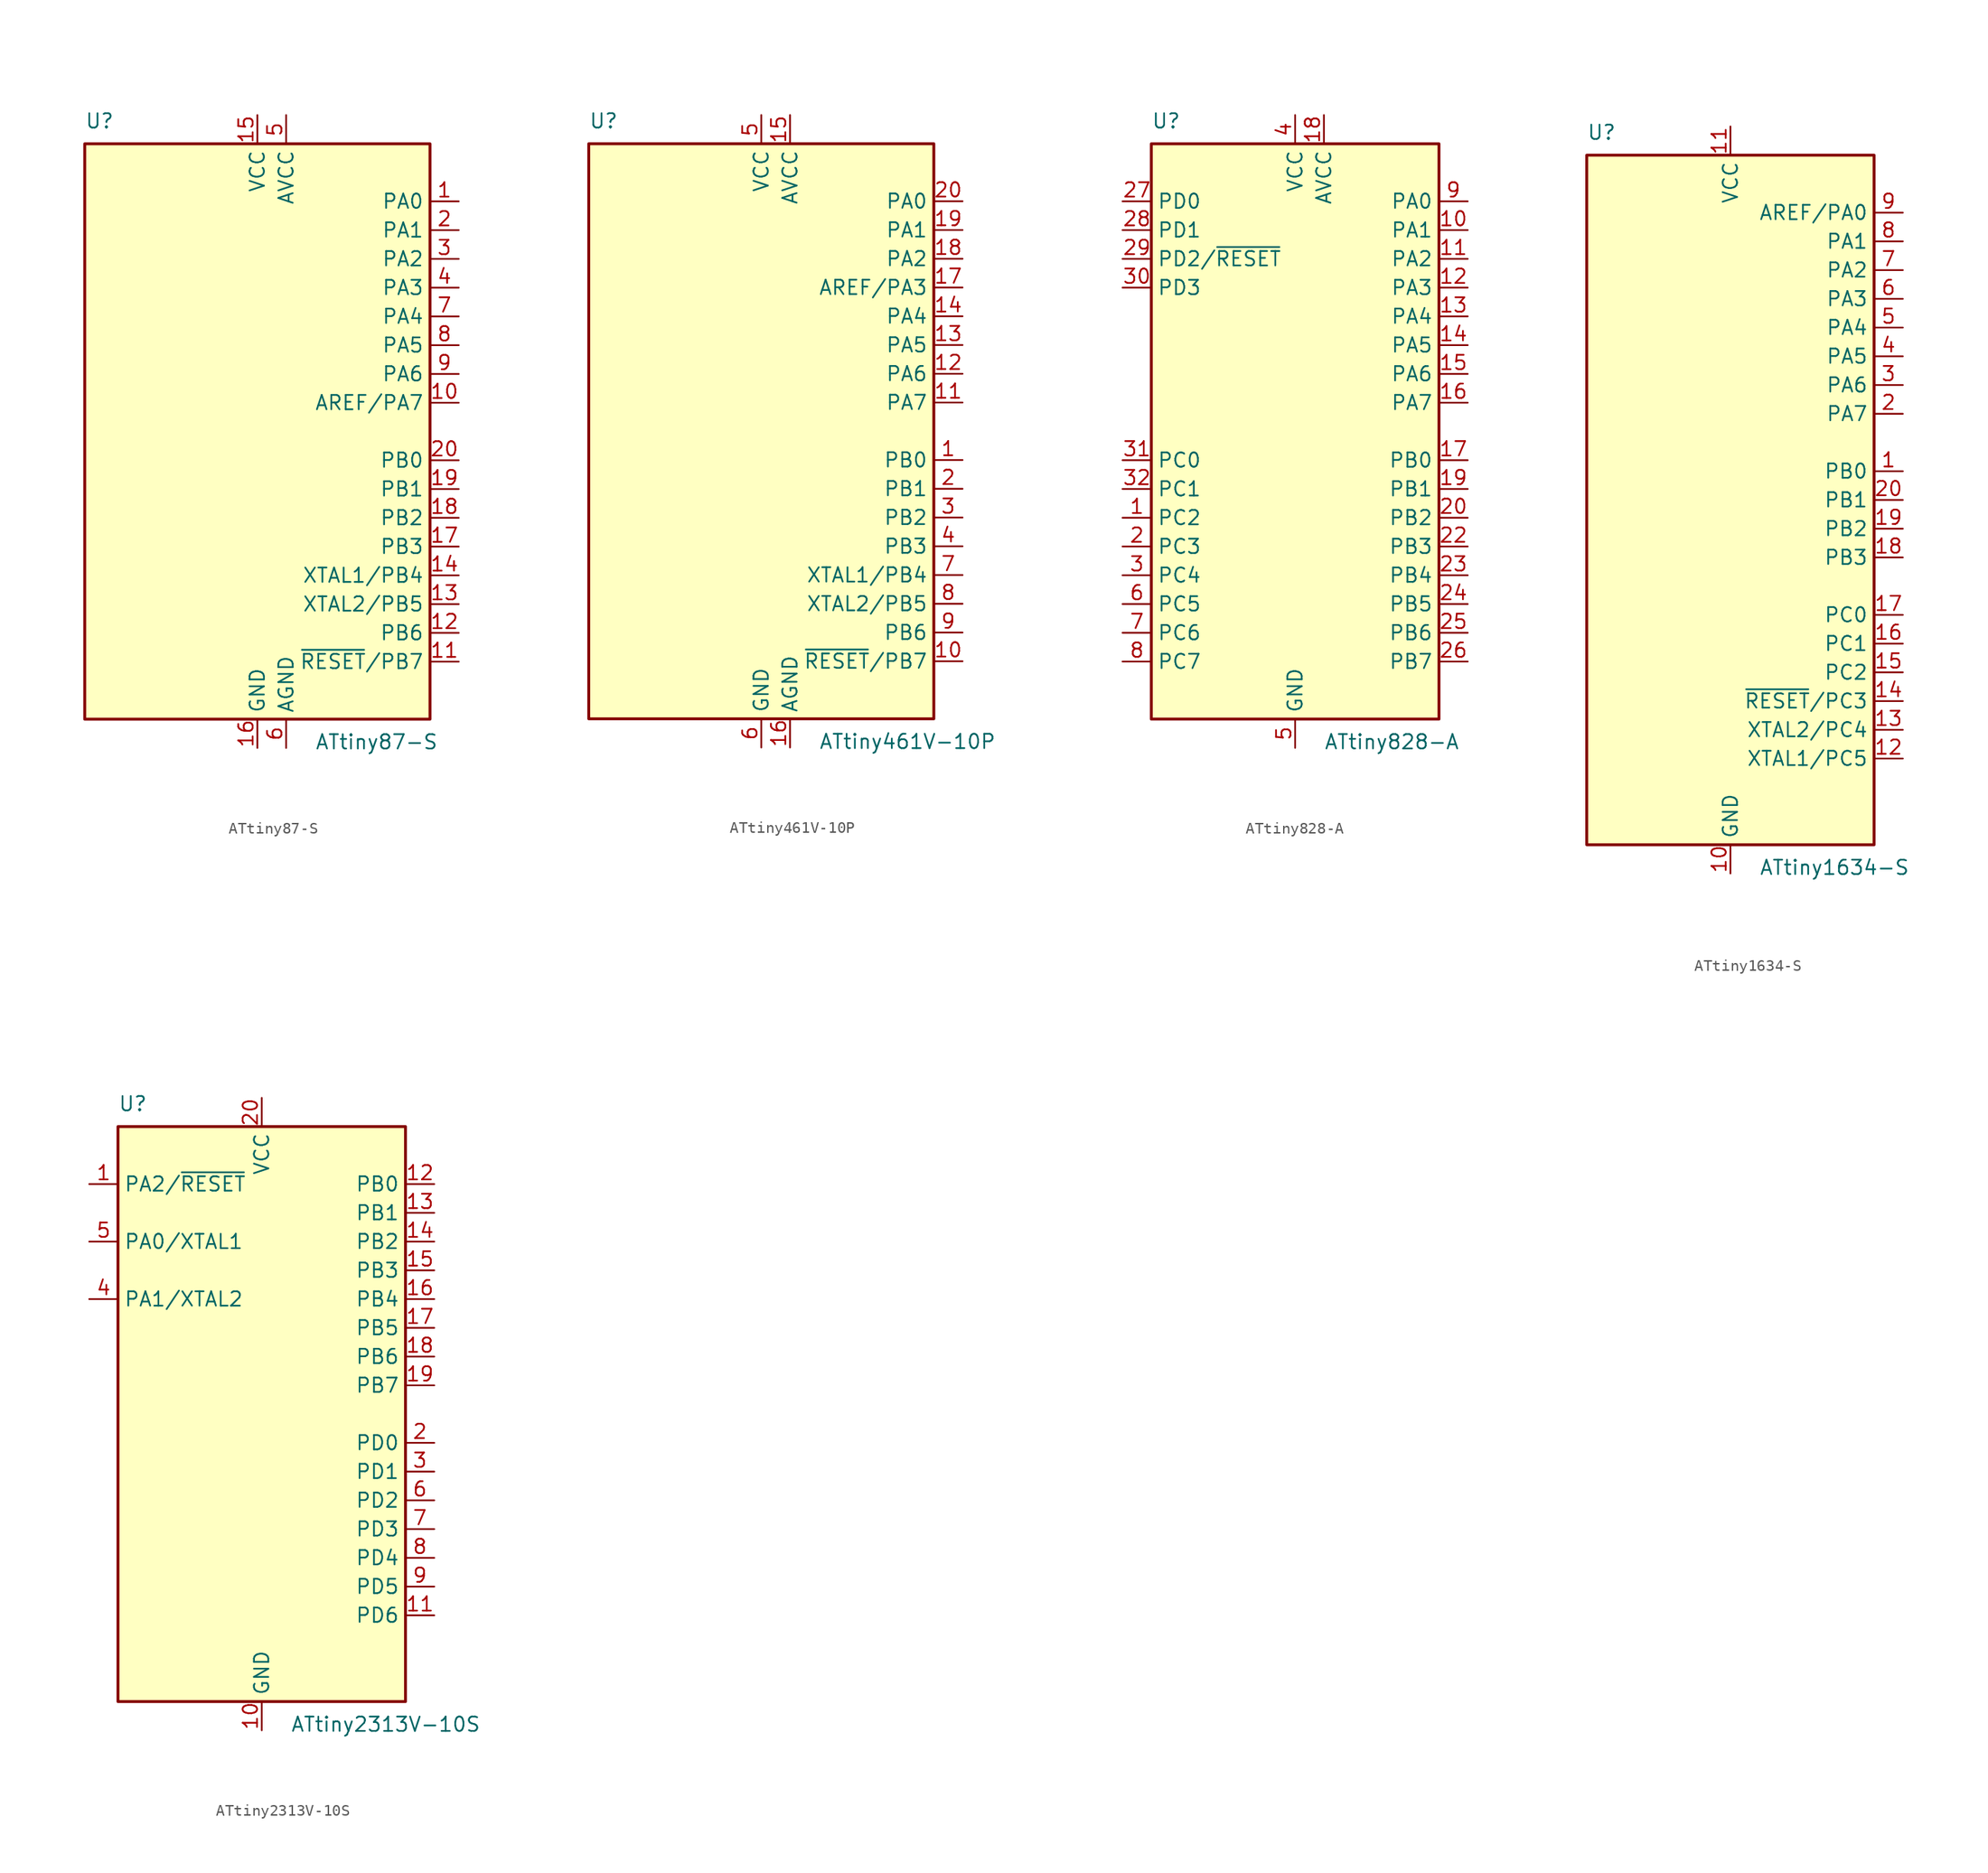
<source format=kicad_sym>
(kicad_symbol_lib
  (version 20241209)
  (generator "kicad_symbol_editor")
  (generator_version "9.0")
  (symbol "ATtiny87-S"
    (property "Reference" "U"
      (at -15.24 26.67 0)
      (effects (font (size 1.27 1.27)) (justify left bottom)))
    (property "Value" "ATtiny87-S"
      (at 5.08 -26.67 0)
      (effects (font (size 1.27 1.27)) (justify left top)))
    (symbol "ATtiny87-S_0_1"
      (rectangle (start -15.24 -25.4) (end 15.24 25.4) (stroke (width 0.254) (type default)) (fill (type background))))
    (symbol "ATtiny87-S_1_1"
      (pin power_in line (at 0 27.94 270) (length 2.54) (name "VCC" (effects (font (size 1.27 1.27)))) (number "15" (effects (font (size 1.27 1.27)))))
      (pin power_in line (at 0 -27.94 90) (length 2.54) (name "GND" (effects (font (size 1.27 1.27)))) (number "16" (effects (font (size 1.27 1.27)))))
      (pin power_in line (at 2.54 27.94 270) (length 2.54) (name "AVCC" (effects (font (size 1.27 1.27)))) (number "5" (effects (font (size 1.27 1.27)))))
      (pin power_in line (at 2.54 -27.94 90) (length 2.54) (name "AGND" (effects (font (size 1.27 1.27)))) (number "6" (effects (font (size 1.27 1.27)))))
      (pin bidirectional line (at 17.78 20.32 180) (length 2.54) (name "PA0" (effects (font (size 1.27 1.27)))) (number "1" (effects (font (size 1.27 1.27)))))
      (pin bidirectional line (at 17.78 17.78 180) (length 2.54) (name "PA1" (effects (font (size 1.27 1.27)))) (number "2" (effects (font (size 1.27 1.27)))))
      (pin bidirectional line (at 17.78 15.24 180) (length 2.54) (name "PA2" (effects (font (size 1.27 1.27)))) (number "3" (effects (font (size 1.27 1.27)))))
      (pin bidirectional line (at 17.78 12.7 180) (length 2.54) (name "PA3" (effects (font (size 1.27 1.27)))) (number "4" (effects (font (size 1.27 1.27)))))
      (pin bidirectional line (at 17.78 10.16 180) (length 2.54) (name "PA4" (effects (font (size 1.27 1.27)))) (number "7" (effects (font (size 1.27 1.27)))))
      (pin bidirectional line (at 17.78 7.62 180) (length 2.54) (name "PA5" (effects (font (size 1.27 1.27)))) (number "8" (effects (font (size 1.27 1.27)))))
      (pin bidirectional line (at 17.78 5.08 180) (length 2.54) (name "PA6" (effects (font (size 1.27 1.27)))) (number "9" (effects (font (size 1.27 1.27)))))
      (pin bidirectional line (at 17.78 2.54 180) (length 2.54) (name "AREF/PA7" (effects (font (size 1.27 1.27)))) (number "10" (effects (font (size 1.27 1.27)))))
      (pin bidirectional line (at 17.78 -2.54 180) (length 2.54) (name "PB0" (effects (font (size 1.27 1.27)))) (number "20" (effects (font (size 1.27 1.27)))))
      (pin bidirectional line (at 17.78 -5.08 180) (length 2.54) (name "PB1" (effects (font (size 1.27 1.27)))) (number "19" (effects (font (size 1.27 1.27)))))
      (pin bidirectional line (at 17.78 -7.62 180) (length 2.54) (name "PB2" (effects (font (size 1.27 1.27)))) (number "18" (effects (font (size 1.27 1.27)))))
      (pin bidirectional line (at 17.78 -10.16 180) (length 2.54) (name "PB3" (effects (font (size 1.27 1.27)))) (number "17" (effects (font (size 1.27 1.27)))))
      (pin bidirectional line (at 17.78 -12.7 180) (length 2.54) (name "XTAL1/PB4" (effects (font (size 1.27 1.27)))) (number "14" (effects (font (size 1.27 1.27)))))
      (pin bidirectional line (at 17.78 -15.24 180) (length 2.54) (name "XTAL2/PB5" (effects (font (size 1.27 1.27)))) (number "13" (effects (font (size 1.27 1.27)))))
      (pin bidirectional line (at 17.78 -17.78 180) (length 2.54) (name "PB6" (effects (font (size 1.27 1.27)))) (number "12" (effects (font (size 1.27 1.27)))))
      (pin bidirectional line (at 17.78 -20.32 180) (length 2.54) (name "~{RESET}/PB7" (effects (font (size 1.27 1.27)))) (number "11" (effects (font (size 1.27 1.27)))))))
  (symbol "ATtiny461V-10P"
    (property "Reference" "U"
      (at -15.24 26.67 0)
      (effects (font (size 1.27 1.27)) (justify left bottom)))
    (property "Value" "ATtiny461V-10P"
      (at 5.08 -26.67 0)
      (effects (font (size 1.27 1.27)) (justify left top)))
    (symbol "ATtiny461V-10P_0_1"
      (rectangle (start -15.24 -25.4) (end 15.24 25.4) (stroke (width 0.254) (type default)) (fill (type background))))
    (symbol "ATtiny461V-10P_1_1"
      (pin power_in line (at 0 27.94 270) (length 2.54) (name "VCC" (effects (font (size 1.27 1.27)))) (number "5" (effects (font (size 1.27 1.27)))))
      (pin power_in line (at 0 -27.94 90) (length 2.54) (name "GND" (effects (font (size 1.27 1.27)))) (number "6" (effects (font (size 1.27 1.27)))))
      (pin power_in line (at 2.54 27.94 270) (length 2.54) (name "AVCC" (effects (font (size 1.27 1.27)))) (number "15" (effects (font (size 1.27 1.27)))))
      (pin power_in line (at 2.54 -27.94 90) (length 2.54) (name "AGND" (effects (font (size 1.27 1.27)))) (number "16" (effects (font (size 1.27 1.27)))))
      (pin bidirectional line (at 17.78 20.32 180) (length 2.54) (name "PA0" (effects (font (size 1.27 1.27)))) (number "20" (effects (font (size 1.27 1.27)))))
      (pin bidirectional line (at 17.78 17.78 180) (length 2.54) (name "PA1" (effects (font (size 1.27 1.27)))) (number "19" (effects (font (size 1.27 1.27)))))
      (pin bidirectional line (at 17.78 15.24 180) (length 2.54) (name "PA2" (effects (font (size 1.27 1.27)))) (number "18" (effects (font (size 1.27 1.27)))))
      (pin bidirectional line (at 17.78 12.7 180) (length 2.54) (name "AREF/PA3" (effects (font (size 1.27 1.27)))) (number "17" (effects (font (size 1.27 1.27)))))
      (pin bidirectional line (at 17.78 10.16 180) (length 2.54) (name "PA4" (effects (font (size 1.27 1.27)))) (number "14" (effects (font (size 1.27 1.27)))))
      (pin bidirectional line (at 17.78 7.62 180) (length 2.54) (name "PA5" (effects (font (size 1.27 1.27)))) (number "13" (effects (font (size 1.27 1.27)))))
      (pin bidirectional line (at 17.78 5.08 180) (length 2.54) (name "PA6" (effects (font (size 1.27 1.27)))) (number "12" (effects (font (size 1.27 1.27)))))
      (pin bidirectional line (at 17.78 2.54 180) (length 2.54) (name "PA7" (effects (font (size 1.27 1.27)))) (number "11" (effects (font (size 1.27 1.27)))))
      (pin bidirectional line (at 17.78 -2.54 180) (length 2.54) (name "PB0" (effects (font (size 1.27 1.27)))) (number "1" (effects (font (size 1.27 1.27)))))
      (pin bidirectional line (at 17.78 -5.08 180) (length 2.54) (name "PB1" (effects (font (size 1.27 1.27)))) (number "2" (effects (font (size 1.27 1.27)))))
      (pin bidirectional line (at 17.78 -7.62 180) (length 2.54) (name "PB2" (effects (font (size 1.27 1.27)))) (number "3" (effects (font (size 1.27 1.27)))))
      (pin bidirectional line (at 17.78 -10.16 180) (length 2.54) (name "PB3" (effects (font (size 1.27 1.27)))) (number "4" (effects (font (size 1.27 1.27)))))
      (pin bidirectional line (at 17.78 -12.7 180) (length 2.54) (name "XTAL1/PB4" (effects (font (size 1.27 1.27)))) (number "7" (effects (font (size 1.27 1.27)))))
      (pin bidirectional line (at 17.78 -15.24 180) (length 2.54) (name "XTAL2/PB5" (effects (font (size 1.27 1.27)))) (number "8" (effects (font (size 1.27 1.27)))))
      (pin bidirectional line (at 17.78 -17.78 180) (length 2.54) (name "PB6" (effects (font (size 1.27 1.27)))) (number "9" (effects (font (size 1.27 1.27)))))
      (pin bidirectional line (at 17.78 -20.32 180) (length 2.54) (name "~{RESET}/PB7" (effects (font (size 1.27 1.27)))) (number "10" (effects (font (size 1.27 1.27)))))))
  (symbol "ATtiny828-A"
    (property "Reference" "U"
      (at -12.7 26.67 0)
      (effects (font (size 1.27 1.27)) (justify left bottom)))
    (property "Value" "ATtiny828-A"
      (at 2.54 -26.67 0)
      (effects (font (size 1.27 1.27)) (justify left top)))
    (symbol "ATtiny828-A_0_1"
      (rectangle (start -12.7 -25.4) (end 12.7 25.4) (stroke (width 0.254) (type default)) (fill (type background))))
    (symbol "ATtiny828-A_1_1"
      (pin bidirectional line (at -15.24 20.32 0) (length 2.54) (name "PD0" (effects (font (size 1.27 1.27)))) (number "27" (effects (font (size 1.27 1.27)))))
      (pin bidirectional line (at -15.24 17.78 0) (length 2.54) (name "PD1" (effects (font (size 1.27 1.27)))) (number "28" (effects (font (size 1.27 1.27)))))
      (pin bidirectional line (at -15.24 15.24 0) (length 2.54) (name "PD2/~{RESET}" (effects (font (size 1.27 1.27)))) (number "29" (effects (font (size 1.27 1.27)))))
      (pin bidirectional line (at -15.24 12.7 0) (length 2.54) (name "PD3" (effects (font (size 1.27 1.27)))) (number "30" (effects (font (size 1.27 1.27)))))
      (pin bidirectional line (at -15.24 -2.54 0) (length 2.54) (name "PC0" (effects (font (size 1.27 1.27)))) (number "31" (effects (font (size 1.27 1.27)))))
      (pin bidirectional line (at -15.24 -5.08 0) (length 2.54) (name "PC1" (effects (font (size 1.27 1.27)))) (number "32" (effects (font (size 1.27 1.27)))))
      (pin bidirectional line (at -15.24 -7.62 0) (length 2.54) (name "PC2" (effects (font (size 1.27 1.27)))) (number "1" (effects (font (size 1.27 1.27)))))
      (pin bidirectional line (at -15.24 -10.16 0) (length 2.54) (name "PC3" (effects (font (size 1.27 1.27)))) (number "2" (effects (font (size 1.27 1.27)))))
      (pin bidirectional line (at -15.24 -12.7 0) (length 2.54) (name "PC4" (effects (font (size 1.27 1.27)))) (number "3" (effects (font (size 1.27 1.27)))))
      (pin bidirectional line (at -15.24 -15.24 0) (length 2.54) (name "PC5" (effects (font (size 1.27 1.27)))) (number "6" (effects (font (size 1.27 1.27)))))
      (pin bidirectional line (at -15.24 -17.78 0) (length 2.54) (name "PC6" (effects (font (size 1.27 1.27)))) (number "7" (effects (font (size 1.27 1.27)))))
      (pin bidirectional line (at -15.24 -20.32 0) (length 2.54) (name "PC7" (effects (font (size 1.27 1.27)))) (number "8" (effects (font (size 1.27 1.27)))))
      (pin power_in line (at 0 27.94 270) (length 2.54) (name "VCC" (effects (font (size 1.27 1.27)))) (number "4" (effects (font (size 1.27 1.27)))))
      (pin passive line (at 0 -27.94 90) (length 2.54) (hide yes) (name "GND" (effects (font (size 1.27 1.27)))) (number "21" (effects (font (size 1.27 1.27)))))
      (pin power_in line (at 0 -27.94 90) (length 2.54) (name "GND" (effects (font (size 1.27 1.27)))) (number "5" (effects (font (size 1.27 1.27)))))
      (pin power_in line (at 2.54 27.94 270) (length 2.54) (name "AVCC" (effects (font (size 1.27 1.27)))) (number "18" (effects (font (size 1.27 1.27)))))
      (pin bidirectional line (at 15.24 20.32 180) (length 2.54) (name "PA0" (effects (font (size 1.27 1.27)))) (number "9" (effects (font (size 1.27 1.27)))))
      (pin bidirectional line (at 15.24 17.78 180) (length 2.54) (name "PA1" (effects (font (size 1.27 1.27)))) (number "10" (effects (font (size 1.27 1.27)))))
      (pin bidirectional line (at 15.24 15.24 180) (length 2.54) (name "PA2" (effects (font (size 1.27 1.27)))) (number "11" (effects (font (size 1.27 1.27)))))
      (pin bidirectional line (at 15.24 12.7 180) (length 2.54) (name "PA3" (effects (font (size 1.27 1.27)))) (number "12" (effects (font (size 1.27 1.27)))))
      (pin bidirectional line (at 15.24 10.16 180) (length 2.54) (name "PA4" (effects (font (size 1.27 1.27)))) (number "13" (effects (font (size 1.27 1.27)))))
      (pin bidirectional line (at 15.24 7.62 180) (length 2.54) (name "PA5" (effects (font (size 1.27 1.27)))) (number "14" (effects (font (size 1.27 1.27)))))
      (pin bidirectional line (at 15.24 5.08 180) (length 2.54) (name "PA6" (effects (font (size 1.27 1.27)))) (number "15" (effects (font (size 1.27 1.27)))))
      (pin bidirectional line (at 15.24 2.54 180) (length 2.54) (name "PA7" (effects (font (size 1.27 1.27)))) (number "16" (effects (font (size 1.27 1.27)))))
      (pin bidirectional line (at 15.24 -2.54 180) (length 2.54) (name "PB0" (effects (font (size 1.27 1.27)))) (number "17" (effects (font (size 1.27 1.27)))))
      (pin bidirectional line (at 15.24 -5.08 180) (length 2.54) (name "PB1" (effects (font (size 1.27 1.27)))) (number "19" (effects (font (size 1.27 1.27)))))
      (pin bidirectional line (at 15.24 -7.62 180) (length 2.54) (name "PB2" (effects (font (size 1.27 1.27)))) (number "20" (effects (font (size 1.27 1.27)))))
      (pin bidirectional line (at 15.24 -10.16 180) (length 2.54) (name "PB3" (effects (font (size 1.27 1.27)))) (number "22" (effects (font (size 1.27 1.27)))))
      (pin bidirectional line (at 15.24 -12.7 180) (length 2.54) (name "PB4" (effects (font (size 1.27 1.27)))) (number "23" (effects (font (size 1.27 1.27)))))
      (pin bidirectional line (at 15.24 -15.24 180) (length 2.54) (name "PB5" (effects (font (size 1.27 1.27)))) (number "24" (effects (font (size 1.27 1.27)))))
      (pin bidirectional line (at 15.24 -17.78 180) (length 2.54) (name "PB6" (effects (font (size 1.27 1.27)))) (number "25" (effects (font (size 1.27 1.27)))))
      (pin bidirectional line (at 15.24 -20.32 180) (length 2.54) (name "PB7" (effects (font (size 1.27 1.27)))) (number "26" (effects (font (size 1.27 1.27)))))))
  (symbol "ATtiny1634-S"
    (property "Reference" "U"
      (at -12.7 31.75 0)
      (effects (font (size 1.27 1.27)) (justify left bottom)))
    (property "Value" "ATtiny1634-S"
      (at 2.54 -31.75 0)
      (effects (font (size 1.27 1.27)) (justify left top)))
    (symbol "ATtiny1634-S_0_1"
      (rectangle (start -12.7 -30.48) (end 12.7 30.48) (stroke (width 0.254) (type default)) (fill (type background))))
    (symbol "ATtiny1634-S_1_1"
      (pin power_in line (at 0 33.02 270) (length 2.54) (name "VCC" (effects (font (size 1.27 1.27)))) (number "11" (effects (font (size 1.27 1.27)))))
      (pin power_in line (at 0 -33.02 90) (length 2.54) (name "GND" (effects (font (size 1.27 1.27)))) (number "10" (effects (font (size 1.27 1.27)))))
      (pin bidirectional line (at 15.24 25.4 180) (length 2.54) (name "AREF/PA0" (effects (font (size 1.27 1.27)))) (number "9" (effects (font (size 1.27 1.27)))))
      (pin bidirectional line (at 15.24 22.86 180) (length 2.54) (name "PA1" (effects (font (size 1.27 1.27)))) (number "8" (effects (font (size 1.27 1.27)))))
      (pin bidirectional line (at 15.24 20.32 180) (length 2.54) (name "PA2" (effects (font (size 1.27 1.27)))) (number "7" (effects (font (size 1.27 1.27)))))
      (pin bidirectional line (at 15.24 17.78 180) (length 2.54) (name "PA3" (effects (font (size 1.27 1.27)))) (number "6" (effects (font (size 1.27 1.27)))))
      (pin bidirectional line (at 15.24 15.24 180) (length 2.54) (name "PA4" (effects (font (size 1.27 1.27)))) (number "5" (effects (font (size 1.27 1.27)))))
      (pin bidirectional line (at 15.24 12.7 180) (length 2.54) (name "PA5" (effects (font (size 1.27 1.27)))) (number "4" (effects (font (size 1.27 1.27)))))
      (pin bidirectional line (at 15.24 10.16 180) (length 2.54) (name "PA6" (effects (font (size 1.27 1.27)))) (number "3" (effects (font (size 1.27 1.27)))))
      (pin bidirectional line (at 15.24 7.62 180) (length 2.54) (name "PA7" (effects (font (size 1.27 1.27)))) (number "2" (effects (font (size 1.27 1.27)))))
      (pin bidirectional line (at 15.24 2.54 180) (length 2.54) (name "PB0" (effects (font (size 1.27 1.27)))) (number "1" (effects (font (size 1.27 1.27)))))
      (pin bidirectional line (at 15.24 0 180) (length 2.54) (name "PB1" (effects (font (size 1.27 1.27)))) (number "20" (effects (font (size 1.27 1.27)))))
      (pin bidirectional line (at 15.24 -2.54 180) (length 2.54) (name "PB2" (effects (font (size 1.27 1.27)))) (number "19" (effects (font (size 1.27 1.27)))))
      (pin bidirectional line (at 15.24 -5.08 180) (length 2.54) (name "PB3" (effects (font (size 1.27 1.27)))) (number "18" (effects (font (size 1.27 1.27)))))
      (pin bidirectional line (at 15.24 -10.16 180) (length 2.54) (name "PC0" (effects (font (size 1.27 1.27)))) (number "17" (effects (font (size 1.27 1.27)))))
      (pin bidirectional line (at 15.24 -12.7 180) (length 2.54) (name "PC1" (effects (font (size 1.27 1.27)))) (number "16" (effects (font (size 1.27 1.27)))))
      (pin bidirectional line (at 15.24 -15.24 180) (length 2.54) (name "PC2" (effects (font (size 1.27 1.27)))) (number "15" (effects (font (size 1.27 1.27)))))
      (pin bidirectional line (at 15.24 -17.78 180) (length 2.54) (name "~{RESET}/PC3" (effects (font (size 1.27 1.27)))) (number "14" (effects (font (size 1.27 1.27)))))
      (pin bidirectional line (at 15.24 -20.32 180) (length 2.54) (name "XTAL2/PC4" (effects (font (size 1.27 1.27)))) (number "13" (effects (font (size 1.27 1.27)))))
      (pin bidirectional line (at 15.24 -22.86 180) (length 2.54) (name "XTAL1/PC5" (effects (font (size 1.27 1.27)))) (number "12" (effects (font (size 1.27 1.27)))))))
  (symbol "ATtiny2313V-10S"
    (property "Reference" "U"
      (at -12.7 26.67 0)
      (effects (font (size 1.27 1.27)) (justify left bottom)))
    (property "Value" "ATtiny2313V-10S"
      (at 2.54 -26.67 0)
      (effects (font (size 1.27 1.27)) (justify left top)))
    (symbol "ATtiny2313V-10S_0_1"
      (rectangle (start -12.7 -25.4) (end 12.7 25.4) (stroke (width 0.254) (type default)) (fill (type background))))
    (symbol "ATtiny2313V-10S_1_1"
      (pin bidirectional line (at -15.24 20.32 0) (length 2.54) (name "PA2/~{RESET}" (effects (font (size 1.27 1.27)))) (number "1" (effects (font (size 1.27 1.27)))))
      (pin bidirectional line (at -15.24 15.24 0) (length 2.54) (name "PA0/XTAL1" (effects (font (size 1.27 1.27)))) (number "5" (effects (font (size 1.27 1.27)))))
      (pin bidirectional line (at -15.24 10.16 0) (length 2.54) (name "PA1/XTAL2" (effects (font (size 1.27 1.27)))) (number "4" (effects (font (size 1.27 1.27)))))
      (pin power_in line (at 0 27.94 270) (length 2.54) (name "VCC" (effects (font (size 1.27 1.27)))) (number "20" (effects (font (size 1.27 1.27)))))
      (pin power_in line (at 0 -27.94 90) (length 2.54) (name "GND" (effects (font (size 1.27 1.27)))) (number "10" (effects (font (size 1.27 1.27)))))
      (pin bidirectional line (at 15.24 20.32 180) (length 2.54) (name "PB0" (effects (font (size 1.27 1.27)))) (number "12" (effects (font (size 1.27 1.27)))))
      (pin bidirectional line (at 15.24 17.78 180) (length 2.54) (name "PB1" (effects (font (size 1.27 1.27)))) (number "13" (effects (font (size 1.27 1.27)))))
      (pin bidirectional line (at 15.24 15.24 180) (length 2.54) (name "PB2" (effects (font (size 1.27 1.27)))) (number "14" (effects (font (size 1.27 1.27)))))
      (pin bidirectional line (at 15.24 12.7 180) (length 2.54) (name "PB3" (effects (font (size 1.27 1.27)))) (number "15" (effects (font (size 1.27 1.27)))))
      (pin bidirectional line (at 15.24 10.16 180) (length 2.54) (name "PB4" (effects (font (size 1.27 1.27)))) (number "16" (effects (font (size 1.27 1.27)))))
      (pin bidirectional line (at 15.24 7.62 180) (length 2.54) (name "PB5" (effects (font (size 1.27 1.27)))) (number "17" (effects (font (size 1.27 1.27)))))
      (pin bidirectional line (at 15.24 5.08 180) (length 2.54) (name "PB6" (effects (font (size 1.27 1.27)))) (number "18" (effects (font (size 1.27 1.27)))))
      (pin bidirectional line (at 15.24 2.54 180) (length 2.54) (name "PB7" (effects (font (size 1.27 1.27)))) (number "19" (effects (font (size 1.27 1.27)))))
      (pin bidirectional line (at 15.24 -2.54 180) (length 2.54) (name "PD0" (effects (font (size 1.27 1.27)))) (number "2" (effects (font (size 1.27 1.27)))))
      (pin bidirectional line (at 15.24 -5.08 180) (length 2.54) (name "PD1" (effects (font (size 1.27 1.27)))) (number "3" (effects (font (size 1.27 1.27)))))
      (pin bidirectional line (at 15.24 -7.62 180) (length 2.54) (name "PD2" (effects (font (size 1.27 1.27)))) (number "6" (effects (font (size 1.27 1.27)))))
      (pin bidirectional line (at 15.24 -10.16 180) (length 2.54) (name "PD3" (effects (font (size 1.27 1.27)))) (number "7" (effects (font (size 1.27 1.27)))))
      (pin bidirectional line (at 15.24 -12.7 180) (length 2.54) (name "PD4" (effects (font (size 1.27 1.27)))) (number "8" (effects (font (size 1.27 1.27)))))
      (pin bidirectional line (at 15.24 -15.24 180) (length 2.54) (name "PD5" (effects (font (size 1.27 1.27)))) (number "9" (effects (font (size 1.27 1.27)))))
      (pin bidirectional line (at 15.24 -17.78 180) (length 2.54) (name "PD6" (effects (font (size 1.27 1.27)))) (number "11" (effects (font (size 1.27 1.27))))))))
</source>
